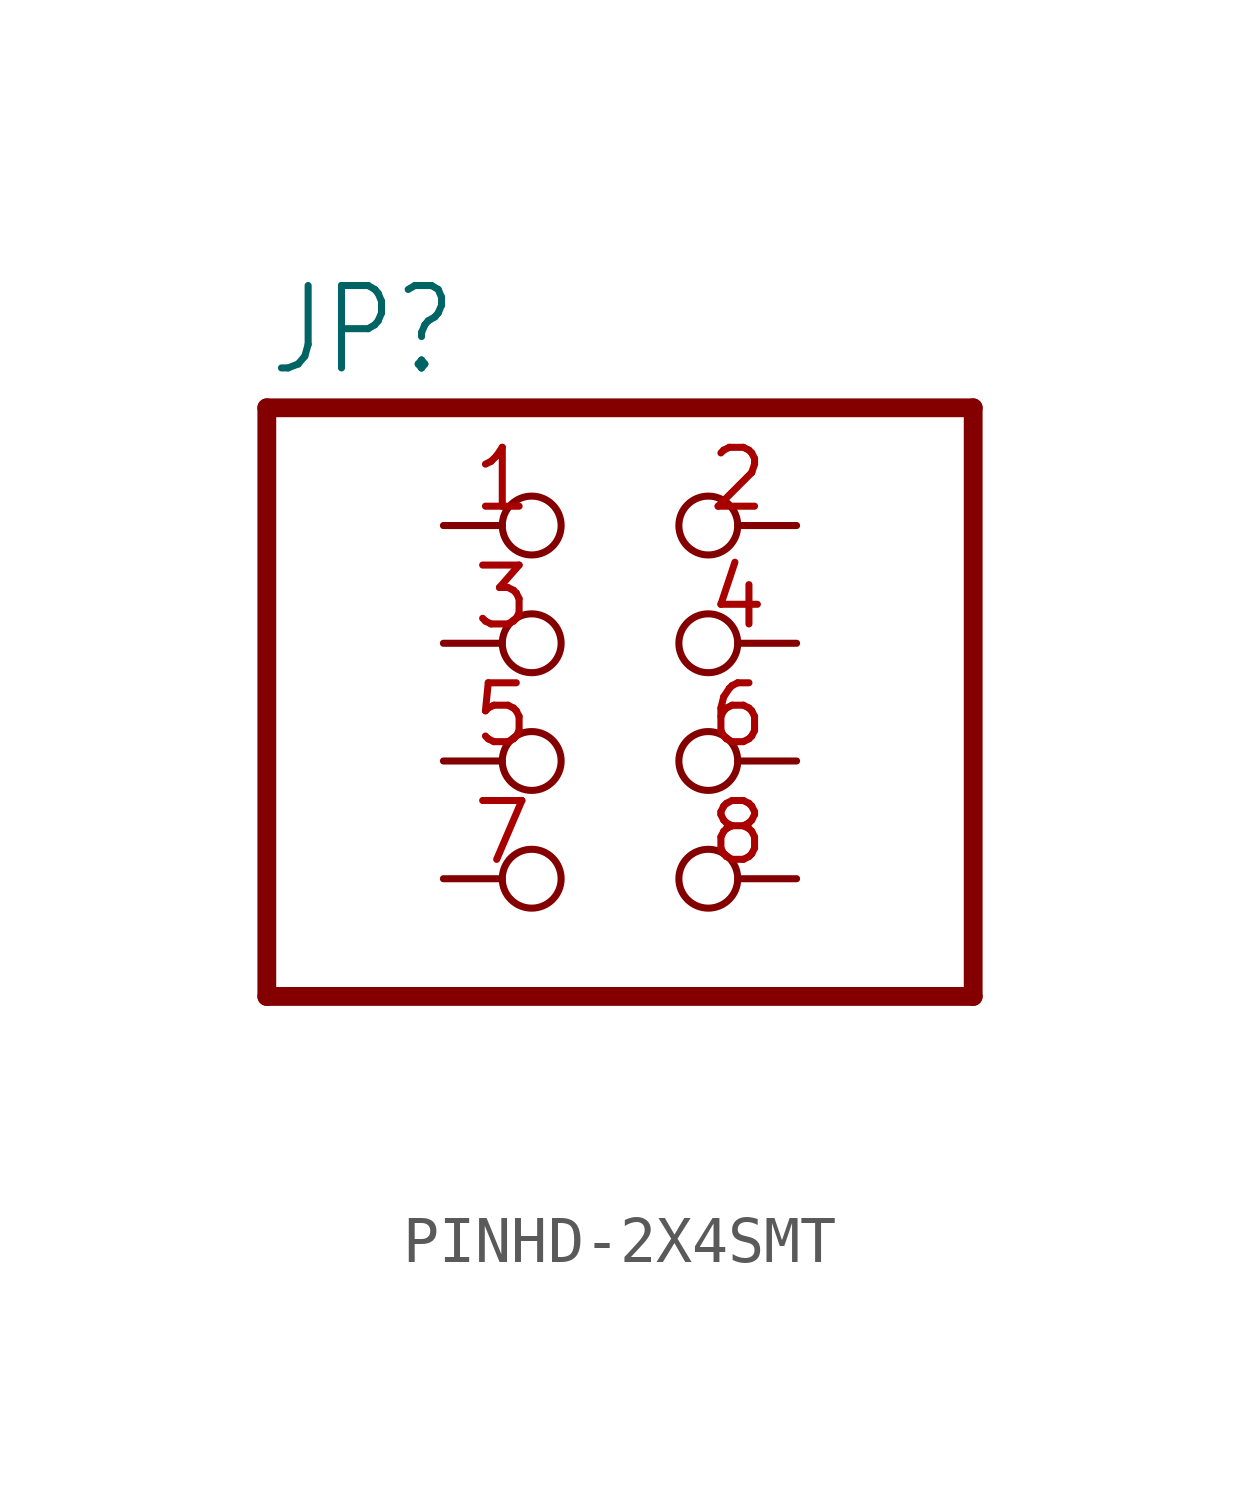
<source format=kicad_sym>
(kicad_symbol_lib
  (version 20231120)
  (generator "kicad_symbol_editor")
  (generator_version "8.0")
  (symbol "PINHD-2X4SMT"
    (property "Reference" "JP"
      (at -6.35 8.255 0)
      (effects (font (size 1.778 1.511)) (justify left bottom)))
    (property "Value" ""
      (at -6.35 -7.62 0)
      (effects (font (size 1.778 1.511)) (justify left bottom)))
    (property "ki_locked" ""
      (at 0 0 0)
      (effects (font (size 1.27 1.27))))
    (symbol "PINHD-2X4SMT_1_0"
      (polyline (pts (xy -6.35 -5.08) (xy 8.89 -5.08)) (stroke (width 0.406) (type solid)) (fill (type none)))
      (polyline (pts (xy -6.35 7.62) (xy -6.35 -5.08)) (stroke (width 0.406) (type solid)) (fill (type none)))
      (polyline (pts (xy 8.89 -5.08) (xy 8.89 7.62)) (stroke (width 0.406) (type solid)) (fill (type none)))
      (polyline (pts (xy 8.89 7.62) (xy -6.35 7.62)) (stroke (width 0.406) (type solid)) (fill (type none)))
      (pin passive inverted (at -2.54 5.08 0) (length 2.54) (name "1" (effects (font (size 0 0)))) (number "1" (effects (font (size 1.27 1.27)))))
      (pin passive inverted (at 5.08 5.08 180) (length 2.54) (name "2" (effects (font (size 0 0)))) (number "2" (effects (font (size 1.27 1.27)))))
      (pin passive inverted (at -2.54 2.54 0) (length 2.54) (name "3" (effects (font (size 0 0)))) (number "3" (effects (font (size 1.27 1.27)))))
      (pin passive inverted (at 5.08 2.54 180) (length 2.54) (name "4" (effects (font (size 0 0)))) (number "4" (effects (font (size 1.27 1.27)))))
      (pin passive inverted (at -2.54 0 0) (length 2.54) (name "5" (effects (font (size 0 0)))) (number "5" (effects (font (size 1.27 1.27)))))
      (pin passive inverted (at 5.08 0 180) (length 2.54) (name "6" (effects (font (size 0 0)))) (number "6" (effects (font (size 1.27 1.27)))))
      (pin passive inverted (at -2.54 -2.54 0) (length 2.54) (name "7" (effects (font (size 0 0)))) (number "7" (effects (font (size 1.27 1.27)))))
      (pin passive inverted (at 5.08 -2.54 180) (length 2.54) (name "8" (effects (font (size 0 0)))) (number "8" (effects (font (size 1.27 1.27))))))))
</source>
